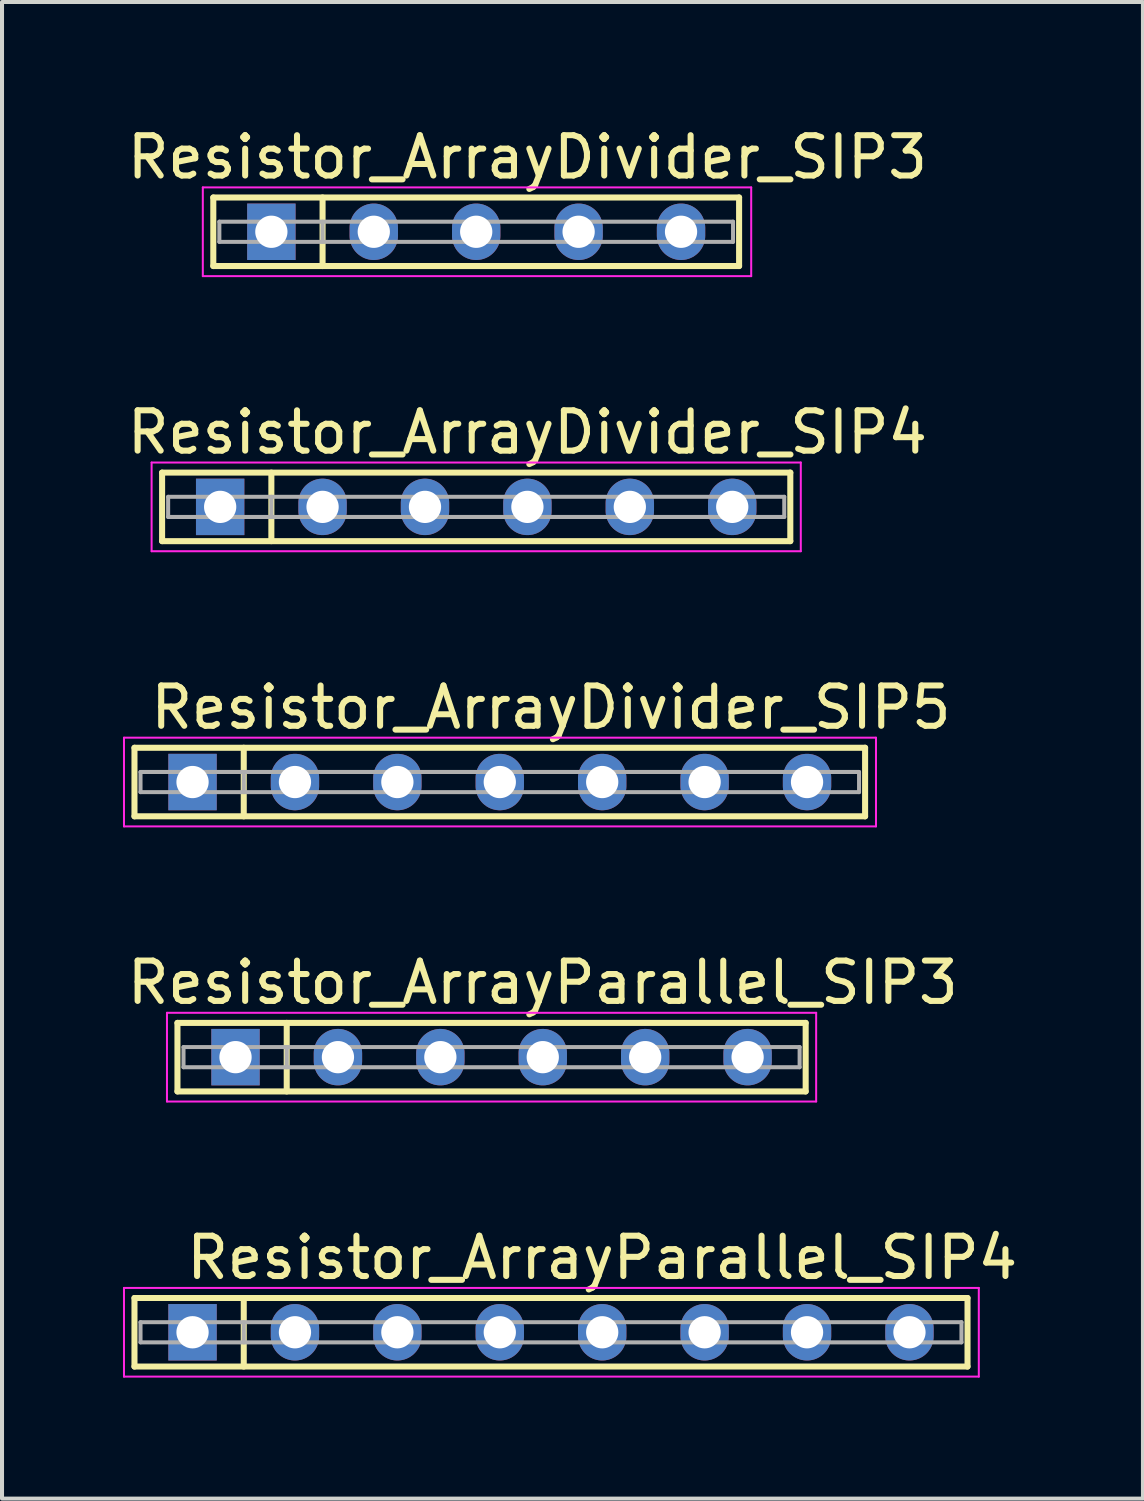
<source format=kicad_pcb>
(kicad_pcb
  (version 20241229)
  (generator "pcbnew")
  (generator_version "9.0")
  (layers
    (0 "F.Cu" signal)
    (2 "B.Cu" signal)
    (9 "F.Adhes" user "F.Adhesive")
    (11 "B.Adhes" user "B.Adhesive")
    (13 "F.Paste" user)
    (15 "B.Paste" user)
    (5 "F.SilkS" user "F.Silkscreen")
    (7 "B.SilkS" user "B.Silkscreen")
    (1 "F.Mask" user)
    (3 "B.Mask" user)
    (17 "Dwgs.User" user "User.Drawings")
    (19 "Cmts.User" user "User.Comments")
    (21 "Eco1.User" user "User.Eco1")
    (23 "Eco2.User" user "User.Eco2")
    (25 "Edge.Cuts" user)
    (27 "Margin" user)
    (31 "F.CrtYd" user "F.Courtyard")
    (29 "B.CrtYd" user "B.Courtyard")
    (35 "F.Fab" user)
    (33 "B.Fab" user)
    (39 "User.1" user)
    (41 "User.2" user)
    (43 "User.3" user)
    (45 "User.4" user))
  (footprint "Resistor_ArrayDivider_SIP3"
    (layer "F.Cu")
    (at 3.68 2.698)
    (property "Reference" "Resistor_ArrayDivider_SIP3" (at 6.35 -1.85 0) (layer "F.SilkS") (effects (font (size 1 1) (thickness 0.15))))
    (attr through_hole)
    (fp_line (start -1.44 -0.85) (end -1.44 0.85) (stroke (width 0.15) (type solid)) (layer "F.SilkS"))
    (fp_line (start -1.44 0.85) (end 11.6 0.85) (stroke (width 0.15) (type solid)) (layer "F.SilkS"))
    (fp_line (start 1.27 -0.85) (end 1.27 0.85) (stroke (width 0.15) (type solid)) (layer "F.SilkS"))
    (fp_line (start 11.6 -0.85) (end -1.44 -0.85) (stroke (width 0.15) (type solid)) (layer "F.SilkS"))
    (fp_line (start 11.6 0.85) (end 11.6 -0.85) (stroke (width 0.15) (type solid)) (layer "F.SilkS"))
    (fp_line (start -1.7 -1.1) (end -1.7 1.1) (stroke (width 0.05) (type solid)) (layer "F.CrtYd"))
    (fp_line (start -1.7 1.1) (end 11.9 1.1) (stroke (width 0.05) (type solid)) (layer "F.CrtYd"))
    (fp_line (start 11.9 -1.1) (end -1.7 -1.1) (stroke (width 0.05) (type solid)) (layer "F.CrtYd"))
    (fp_line (start 11.9 1.1) (end 11.9 -1.1) (stroke (width 0.05) (type solid)) (layer "F.CrtYd"))
    (fp_line (start -1.29 -0.25) (end -1.29 0.25) (stroke (width 0.1) (type solid)) (layer "F.Fab"))
    (fp_line (start -1.29 0.25) (end 11.45 0.25) (stroke (width 0.1) (type solid)) (layer "F.Fab"))
    (fp_line (start 1.27 -0.25) (end 1.27 0.25) (stroke (width 0.1) (type solid)) (layer "F.Fab"))
    (fp_line (start 11.45 -0.25) (end -1.29 -0.25) (stroke (width 0.1) (type solid)) (layer "F.Fab"))
    (fp_line (start 11.45 0.25) (end 11.45 -0.25) (stroke (width 0.1) (type solid)) (layer "F.Fab"))
    (pad "1" thru_hole rect (at 0 0) (size 1.2 1.4) (drill 0.8) (layers "*.Cu" "*.Mask"))
    (pad "2" thru_hole oval (at 2.54 0) (size 1.2 1.4) (drill 0.8) (layers "*.Cu" "*.Mask"))
    (pad "3" thru_hole oval (at 5.08 0) (size 1.2 1.4) (drill 0.8) (layers "*.Cu" "*.Mask"))
    (pad "4" thru_hole oval (at 7.62 0) (size 1.2 1.4) (drill 0.8) (layers "*.Cu" "*.Mask"))
    (pad "5" thru_hole oval (at 10.16 0) (size 1.2 1.4) (drill 0.8) (layers "*.Cu" "*.Mask")))
  (footprint "Resistor_ArrayParallel_SIP4"
    (layer "F.Cu")
    (at 1.725 29.991)
    (property "Reference" "Resistor_ArrayParallel_SIP4" (at 10.16 -1.85 0) (layer "F.SilkS") (effects (font (size 1 1) (thickness 0.15))))
    (attr through_hole)
    (fp_line (start -1.44 -0.85) (end -1.44 0.85) (stroke (width 0.15) (type solid)) (layer "F.SilkS"))
    (fp_line (start -1.44 0.85) (end 19.22 0.85) (stroke (width 0.15) (type solid)) (layer "F.SilkS"))
    (fp_line (start 1.27 -0.85) (end 1.27 0.85) (stroke (width 0.15) (type solid)) (layer "F.SilkS"))
    (fp_line (start 19.22 -0.85) (end -1.44 -0.85) (stroke (width 0.15) (type solid)) (layer "F.SilkS"))
    (fp_line (start 19.22 0.85) (end 19.22 -0.85) (stroke (width 0.15) (type solid)) (layer "F.SilkS"))
    (fp_line (start -1.7 -1.1) (end -1.7 1.1) (stroke (width 0.05) (type solid)) (layer "F.CrtYd"))
    (fp_line (start -1.7 1.1) (end 19.5 1.1) (stroke (width 0.05) (type solid)) (layer "F.CrtYd"))
    (fp_line (start 19.5 -1.1) (end -1.7 -1.1) (stroke (width 0.05) (type solid)) (layer "F.CrtYd"))
    (fp_line (start 19.5 1.1) (end 19.5 -1.1) (stroke (width 0.05) (type solid)) (layer "F.CrtYd"))
    (fp_line (start -1.29 -0.25) (end -1.29 0.25) (stroke (width 0.1) (type solid)) (layer "F.Fab"))
    (fp_line (start -1.29 0.25) (end 19.07 0.25) (stroke (width 0.1) (type solid)) (layer "F.Fab"))
    (fp_line (start 1.27 -0.25) (end 1.27 0.25) (stroke (width 0.1) (type solid)) (layer "F.Fab"))
    (fp_line (start 19.07 -0.25) (end -1.29 -0.25) (stroke (width 0.1) (type solid)) (layer "F.Fab"))
    (fp_line (start 19.07 0.25) (end 19.07 -0.25) (stroke (width 0.1) (type solid)) (layer "F.Fab"))
    (pad "1" thru_hole rect (at 0 0) (size 1.2 1.4) (drill 0.8) (layers "*.Cu" "*.Mask"))
    (pad "2" thru_hole oval (at 2.54 0) (size 1.2 1.4) (drill 0.8) (layers "*.Cu" "*.Mask"))
    (pad "3" thru_hole oval (at 5.08 0) (size 1.2 1.4) (drill 0.8) (layers "*.Cu" "*.Mask"))
    (pad "4" thru_hole oval (at 7.62 0) (size 1.2 1.4) (drill 0.8) (layers "*.Cu" "*.Mask"))
    (pad "5" thru_hole oval (at 10.16 0) (size 1.2 1.4) (drill 0.8) (layers "*.Cu" "*.Mask"))
    (pad "6" thru_hole oval (at 12.7 0) (size 1.2 1.4) (drill 0.8) (layers "*.Cu" "*.Mask"))
    (pad "7" thru_hole oval (at 15.24 0) (size 1.2 1.4) (drill 0.8) (layers "*.Cu" "*.Mask"))
    (pad "8" thru_hole oval (at 17.78 0) (size 1.2 1.4) (drill 0.8) (layers "*.Cu" "*.Mask")))
  (footprint "Resistor_ArrayDivider_SIP4"
    (layer "F.Cu")
    (at 2.41 9.521)
    (property "Reference" "Resistor_ArrayDivider_SIP4" (at 7.62 -1.85 0) (layer "F.SilkS") (effects (font (size 1 1) (thickness 0.15))))
    (attr through_hole)
    (fp_line (start -1.44 -0.85) (end -1.44 0.85) (stroke (width 0.15) (type solid)) (layer "F.SilkS"))
    (fp_line (start -1.44 0.85) (end 14.14 0.85) (stroke (width 0.15) (type solid)) (layer "F.SilkS"))
    (fp_line (start 1.27 -0.85) (end 1.27 0.85) (stroke (width 0.15) (type solid)) (layer "F.SilkS"))
    (fp_line (start 14.14 -0.85) (end -1.44 -0.85) (stroke (width 0.15) (type solid)) (layer "F.SilkS"))
    (fp_line (start 14.14 0.85) (end 14.14 -0.85) (stroke (width 0.15) (type solid)) (layer "F.SilkS"))
    (fp_line (start -1.7 -1.1) (end -1.7 1.1) (stroke (width 0.05) (type solid)) (layer "F.CrtYd"))
    (fp_line (start -1.7 1.1) (end 14.4 1.1) (stroke (width 0.05) (type solid)) (layer "F.CrtYd"))
    (fp_line (start 14.4 -1.1) (end -1.7 -1.1) (stroke (width 0.05) (type solid)) (layer "F.CrtYd"))
    (fp_line (start 14.4 1.1) (end 14.4 -1.1) (stroke (width 0.05) (type solid)) (layer "F.CrtYd"))
    (fp_line (start -1.29 -0.25) (end -1.29 0.25) (stroke (width 0.1) (type solid)) (layer "F.Fab"))
    (fp_line (start -1.29 0.25) (end 13.99 0.25) (stroke (width 0.1) (type solid)) (layer "F.Fab"))
    (fp_line (start 1.27 -0.25) (end 1.27 0.25) (stroke (width 0.1) (type solid)) (layer "F.Fab"))
    (fp_line (start 13.99 -0.25) (end -1.29 -0.25) (stroke (width 0.1) (type solid)) (layer "F.Fab"))
    (fp_line (start 13.99 0.25) (end 13.99 -0.25) (stroke (width 0.1) (type solid)) (layer "F.Fab"))
    (pad "1" thru_hole rect (at 0 0) (size 1.2 1.4) (drill 0.8) (layers "*.Cu" "*.Mask"))
    (pad "2" thru_hole oval (at 2.54 0) (size 1.2 1.4) (drill 0.8) (layers "*.Cu" "*.Mask"))
    (pad "3" thru_hole oval (at 5.08 0) (size 1.2 1.4) (drill 0.8) (layers "*.Cu" "*.Mask"))
    (pad "4" thru_hole oval (at 7.62 0) (size 1.2 1.4) (drill 0.8) (layers "*.Cu" "*.Mask"))
    (pad "5" thru_hole oval (at 10.16 0) (size 1.2 1.4) (drill 0.8) (layers "*.Cu" "*.Mask"))
    (pad "6" thru_hole oval (at 12.7 0) (size 1.2 1.4) (drill 0.8) (layers "*.Cu" "*.Mask")))
  (footprint "Resistor_ArrayParallel_SIP3"
    (layer "F.Cu")
    (at 2.791 23.168)
    (property "Reference" "Resistor_ArrayParallel_SIP3" (at 7.62 -1.85 0) (layer "F.SilkS") (effects (font (size 1 1) (thickness 0.15))))
    (attr through_hole)
    (fp_line (start -1.44 -0.85) (end -1.44 0.85) (stroke (width 0.15) (type solid)) (layer "F.SilkS"))
    (fp_line (start -1.44 0.85) (end 14.14 0.85) (stroke (width 0.15) (type solid)) (layer "F.SilkS"))
    (fp_line (start 1.27 -0.85) (end 1.27 0.85) (stroke (width 0.15) (type solid)) (layer "F.SilkS"))
    (fp_line (start 14.14 -0.85) (end -1.44 -0.85) (stroke (width 0.15) (type solid)) (layer "F.SilkS"))
    (fp_line (start 14.14 0.85) (end 14.14 -0.85) (stroke (width 0.15) (type solid)) (layer "F.SilkS"))
    (fp_line (start -1.7 -1.1) (end -1.7 1.1) (stroke (width 0.05) (type solid)) (layer "F.CrtYd"))
    (fp_line (start -1.7 1.1) (end 14.4 1.1) (stroke (width 0.05) (type solid)) (layer "F.CrtYd"))
    (fp_line (start 14.4 -1.1) (end -1.7 -1.1) (stroke (width 0.05) (type solid)) (layer "F.CrtYd"))
    (fp_line (start 14.4 1.1) (end 14.4 -1.1) (stroke (width 0.05) (type solid)) (layer "F.CrtYd"))
    (fp_line (start -1.29 -0.25) (end -1.29 0.25) (stroke (width 0.1) (type solid)) (layer "F.Fab"))
    (fp_line (start -1.29 0.25) (end 13.99 0.25) (stroke (width 0.1) (type solid)) (layer "F.Fab"))
    (fp_line (start 1.27 -0.25) (end 1.27 0.25) (stroke (width 0.1) (type solid)) (layer "F.Fab"))
    (fp_line (start 13.99 -0.25) (end -1.29 -0.25) (stroke (width 0.1) (type solid)) (layer "F.Fab"))
    (fp_line (start 13.99 0.25) (end 13.99 -0.25) (stroke (width 0.1) (type solid)) (layer "F.Fab"))
    (pad "1" thru_hole rect (at 0 0) (size 1.2 1.4) (drill 0.8) (layers "*.Cu" "*.Mask"))
    (pad "2" thru_hole oval (at 2.54 0) (size 1.2 1.4) (drill 0.8) (layers "*.Cu" "*.Mask"))
    (pad "3" thru_hole oval (at 5.08 0) (size 1.2 1.4) (drill 0.8) (layers "*.Cu" "*.Mask"))
    (pad "4" thru_hole oval (at 7.62 0) (size 1.2 1.4) (drill 0.8) (layers "*.Cu" "*.Mask"))
    (pad "5" thru_hole oval (at 10.16 0) (size 1.2 1.4) (drill 0.8) (layers "*.Cu" "*.Mask"))
    (pad "6" thru_hole oval (at 12.7 0) (size 1.2 1.4) (drill 0.8) (layers "*.Cu" "*.Mask")))
  (footprint "Resistor_ArrayDivider_SIP5"
    (layer "F.Cu")
    (at 1.725 16.345)
    (property "Reference" "Resistor_ArrayDivider_SIP5" (at 8.89 -1.85 0) (layer "F.SilkS") (effects (font (size 1 1) (thickness 0.15))))
    (attr through_hole)
    (fp_line (start -1.44 -0.85) (end -1.44 0.85) (stroke (width 0.15) (type solid)) (layer "F.SilkS"))
    (fp_line (start -1.44 0.85) (end 16.68 0.85) (stroke (width 0.15) (type solid)) (layer "F.SilkS"))
    (fp_line (start 1.27 -0.85) (end 1.27 0.85) (stroke (width 0.15) (type solid)) (layer "F.SilkS"))
    (fp_line (start 16.68 -0.85) (end -1.44 -0.85) (stroke (width 0.15) (type solid)) (layer "F.SilkS"))
    (fp_line (start 16.68 0.85) (end 16.68 -0.85) (stroke (width 0.15) (type solid)) (layer "F.SilkS"))
    (fp_line (start -1.7 -1.1) (end -1.7 1.1) (stroke (width 0.05) (type solid)) (layer "F.CrtYd"))
    (fp_line (start -1.7 1.1) (end 16.95 1.1) (stroke (width 0.05) (type solid)) (layer "F.CrtYd"))
    (fp_line (start 16.95 -1.1) (end -1.7 -1.1) (stroke (width 0.05) (type solid)) (layer "F.CrtYd"))
    (fp_line (start 16.95 1.1) (end 16.95 -1.1) (stroke (width 0.05) (type solid)) (layer "F.CrtYd"))
    (fp_line (start -1.29 -0.25) (end -1.29 0.25) (stroke (width 0.1) (type solid)) (layer "F.Fab"))
    (fp_line (start -1.29 0.25) (end 16.53 0.25) (stroke (width 0.1) (type solid)) (layer "F.Fab"))
    (fp_line (start 1.27 -0.25) (end 1.27 0.25) (stroke (width 0.1) (type solid)) (layer "F.Fab"))
    (fp_line (start 16.53 -0.25) (end -1.29 -0.25) (stroke (width 0.1) (type solid)) (layer "F.Fab"))
    (fp_line (start 16.53 0.25) (end 16.53 -0.25) (stroke (width 0.1) (type solid)) (layer "F.Fab"))
    (pad "1" thru_hole rect (at 0 0) (size 1.2 1.4) (drill 0.8) (layers "*.Cu" "*.Mask"))
    (pad "2" thru_hole oval (at 2.54 0) (size 1.2 1.4) (drill 0.8) (layers "*.Cu" "*.Mask"))
    (pad "3" thru_hole oval (at 5.08 0) (size 1.2 1.4) (drill 0.8) (layers "*.Cu" "*.Mask"))
    (pad "4" thru_hole oval (at 7.62 0) (size 1.2 1.4) (drill 0.8) (layers "*.Cu" "*.Mask"))
    (pad "5" thru_hole oval (at 10.16 0) (size 1.2 1.4) (drill 0.8) (layers "*.Cu" "*.Mask"))
    (pad "6" thru_hole oval (at 12.7 0) (size 1.2 1.4) (drill 0.8) (layers "*.Cu" "*.Mask"))
    (pad "7" thru_hole oval (at 15.24 0) (size 1.2 1.4) (drill 0.8) (layers "*.Cu" "*.Mask")))
  (gr_rect
    (start -3 -3)
    (end 25.296 34.116)
    (stroke (width 0.1) (type default))
    (fill no)
    (layer "Edge.Cuts")))
</source>
